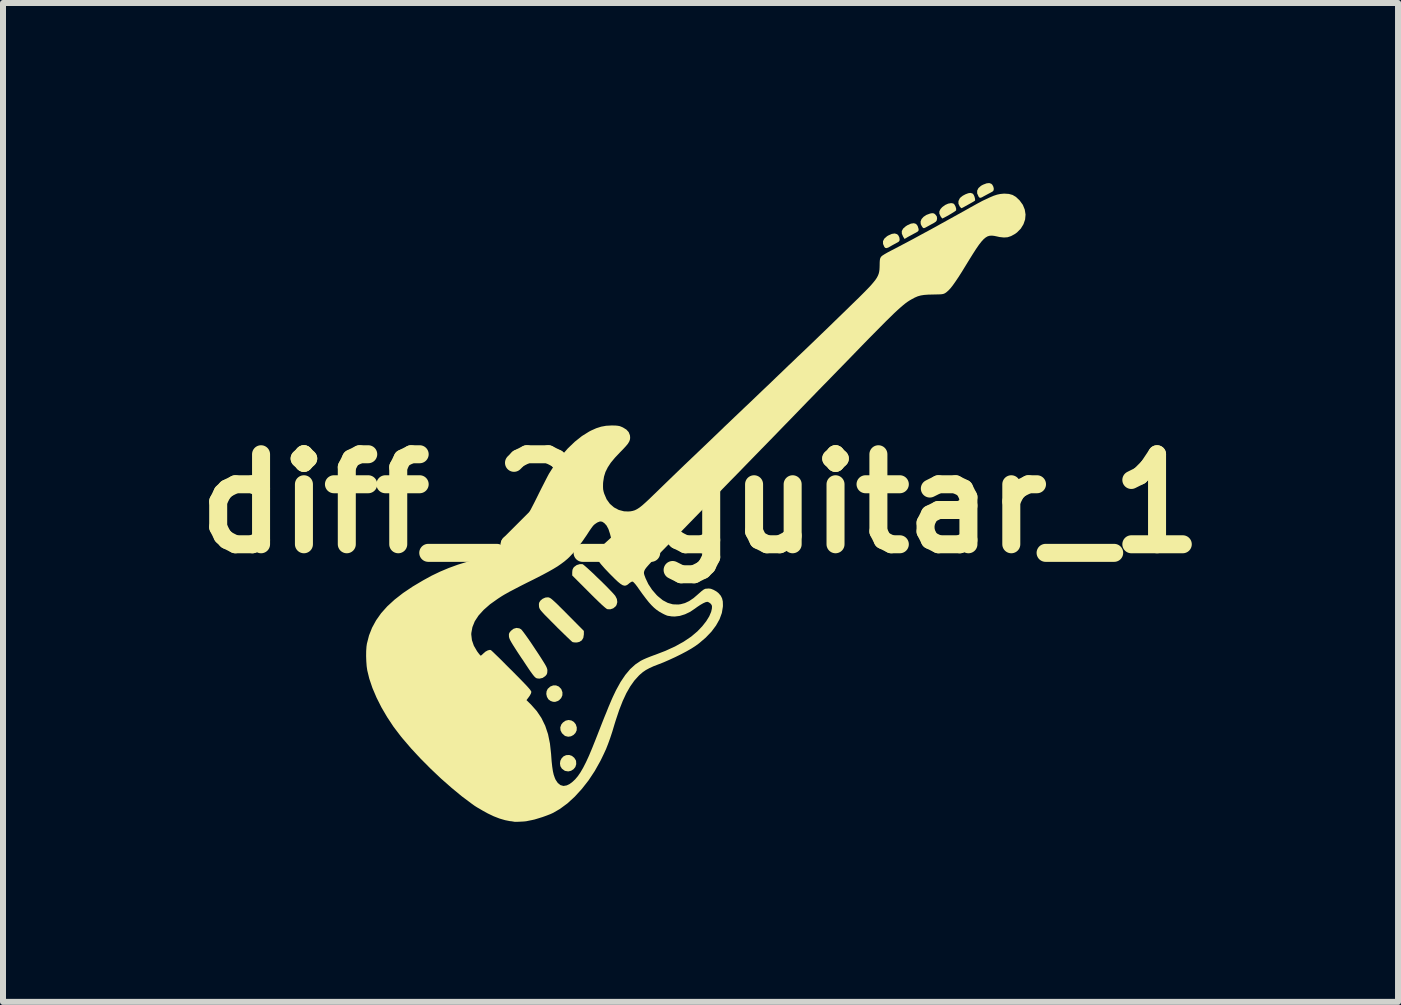
<source format=kicad_pcb>
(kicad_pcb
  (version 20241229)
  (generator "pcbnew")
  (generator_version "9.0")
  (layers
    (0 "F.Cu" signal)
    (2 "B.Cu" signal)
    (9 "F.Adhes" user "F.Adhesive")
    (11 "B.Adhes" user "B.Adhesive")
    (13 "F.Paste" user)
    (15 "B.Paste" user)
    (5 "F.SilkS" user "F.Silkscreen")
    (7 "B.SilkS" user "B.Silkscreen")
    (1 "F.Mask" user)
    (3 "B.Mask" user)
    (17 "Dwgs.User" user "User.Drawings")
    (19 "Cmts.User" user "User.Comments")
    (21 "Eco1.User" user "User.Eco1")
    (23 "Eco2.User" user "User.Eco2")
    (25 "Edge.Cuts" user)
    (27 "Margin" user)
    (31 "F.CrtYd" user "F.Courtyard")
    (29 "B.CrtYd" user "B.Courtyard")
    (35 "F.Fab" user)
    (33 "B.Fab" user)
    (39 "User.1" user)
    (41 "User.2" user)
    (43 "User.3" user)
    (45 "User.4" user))
  (footprint "diff_2_guitar_1"
    (layer "F.Cu")
    (at 8.621 5.34)
    (property "Reference" "diff_2_guitar_1" (at 0 0 0) (layer "F.SilkS") (effects (font (size 1.5 1.5) (thickness 0.3))))
    (attr board_only exclude_from_pos_files exclude_from_bom)
    (fp_poly (pts (xy -2.151 3.614) (xy -2.11 3.638) (xy -2.078 3.678) (xy -2.061 3.73) (xy -2.063 3.779) (xy -2.083 3.822) (xy -2.116 3.856) (xy -2.158 3.878) (xy -2.204 3.885) (xy -2.25 3.874) (xy -2.265 3.866) (xy -2.308 3.826) (xy -2.332 3.779) (xy -2.336 3.73) (xy -2.319 3.681) (xy -2.292 3.648) (xy -2.247 3.617) (xy -2.199 3.606)) (stroke (width 0) (type solid)) (fill yes) (layer "F.SilkS"))
    (fp_poly (pts (xy -2.406 3.03) (xy -2.36 3.049) (xy -2.322 3.088) (xy -2.318 3.095) (xy -2.3 3.144) (xy -2.301 3.195) (xy -2.321 3.241) (xy -2.357 3.278) (xy -2.381 3.291) (xy -2.421 3.304) (xy -2.456 3.303) (xy -2.497 3.289) (xy -2.534 3.262) (xy -2.558 3.221) (xy -2.569 3.173) (xy -2.564 3.126) (xy -2.545 3.087) (xy -2.503 3.049) (xy -2.455 3.03)) (stroke (width 0) (type solid)) (fill yes) (layer "F.SilkS"))
    (fp_poly (pts (xy -2.187 4.189) (xy -2.142 4.204) (xy -2.103 4.236) (xy -2.077 4.277) (xy -2.073 4.29) (xy -2.07 4.342) (xy -2.085 4.389) (xy -2.115 4.426) (xy -2.156 4.452) (xy -2.203 4.463) (xy -2.252 4.455) (xy -2.268 4.448) (xy -2.31 4.416) (xy -2.334 4.376) (xy -2.341 4.331) (xy -2.335 4.286) (xy -2.314 4.245) (xy -2.282 4.212) (xy -2.239 4.192) (xy -2.187 4.189)) (stroke (width 0) (type solid)) (fill yes) (layer "F.SilkS"))
    (fp_poly (pts (xy 3.592 -4.659) (xy 3.618 -4.626) (xy 3.633 -4.578) (xy 3.635 -4.559) (xy 3.631 -4.545) (xy 3.619 -4.532) (xy 3.593 -4.516) (xy 3.555 -4.496) (xy 3.511 -4.472) (xy 3.47 -4.45) (xy 3.44 -4.433) (xy 3.436 -4.43) (xy 3.4 -4.409) (xy 3.376 -4.448) (xy 3.355 -4.496) (xy 3.354 -4.54) (xy 3.376 -4.581) (xy 3.419 -4.619) (xy 3.447 -4.637) (xy 3.506 -4.664) (xy 3.555 -4.671)) (stroke (width 0) (type solid)) (fill yes) (layer "F.SilkS"))
    (fp_poly (pts (xy 3.276 -4.488) (xy 3.295 -4.47) (xy 3.312 -4.438) (xy 3.318 -4.404) (xy 3.316 -4.381) (xy 3.305 -4.365) (xy 3.28 -4.349) (xy 3.264 -4.341) (xy 3.224 -4.319) (xy 3.184 -4.297) (xy 3.171 -4.289) (xy 3.128 -4.265) (xy 3.099 -4.256) (xy 3.078 -4.26) (xy 3.064 -4.275) (xy 3.042 -4.325) (xy 3.041 -4.372) (xy 3.063 -4.414) (xy 3.108 -4.454) (xy 3.128 -4.466) (xy 3.188 -4.493) (xy 3.237 -4.5)) (stroke (width 0) (type solid)) (fill yes) (layer "F.SilkS"))
    (fp_poly (pts (xy 4.845 -5.328) (xy 4.863 -5.311) (xy 4.88 -5.278) (xy 4.887 -5.244) (xy 4.884 -5.221) (xy 4.874 -5.204) (xy 4.849 -5.189) (xy 4.833 -5.18) (xy 4.789 -5.157) (xy 4.741 -5.131) (xy 4.724 -5.122) (xy 4.688 -5.102) (xy 4.664 -5.094) (xy 4.649 -5.097) (xy 4.636 -5.11) (xy 4.632 -5.118) (xy 4.61 -5.167) (xy 4.61 -5.214) (xy 4.632 -5.258) (xy 4.675 -5.295) (xy 4.708 -5.313) (xy 4.766 -5.335) (xy 4.811 -5.34)) (stroke (width 0) (type solid)) (fill yes) (layer "F.SilkS"))
    (fp_poly (pts (xy 4.212 -5) (xy 4.231 -4.983) (xy 4.248 -4.952) (xy 4.259 -4.918) (xy 4.26 -4.889) (xy 4.259 -4.885) (xy 4.248 -4.875) (xy 4.222 -4.857) (xy 4.186 -4.835) (xy 4.144 -4.81) (xy 4.103 -4.787) (xy 4.066 -4.767) (xy 4.04 -4.754) (xy 4.029 -4.75) (xy 4.02 -4.759) (xy 4.004 -4.781) (xy 4 -4.787) (xy 3.98 -4.831) (xy 3.98 -4.869) (xy 3.999 -4.907) (xy 4.028 -4.939) (xy 4.075 -4.974) (xy 4.126 -4.997) (xy 4.176 -5.006)) (stroke (width 0) (type solid)) (fill yes) (layer "F.SilkS"))
    (fp_poly (pts (xy 3.898 -4.829) (xy 3.915 -4.814) (xy 3.937 -4.785) (xy 3.942 -4.753) (xy 3.941 -4.743) (xy 3.936 -4.717) (xy 3.923 -4.698) (xy 3.895 -4.679) (xy 3.887 -4.674) (xy 3.846 -4.652) (xy 3.799 -4.626) (xy 3.777 -4.614) (xy 3.744 -4.596) (xy 3.724 -4.589) (xy 3.712 -4.591) (xy 3.701 -4.601) (xy 3.684 -4.627) (xy 3.67 -4.656) (xy 3.667 -4.698) (xy 3.683 -4.74) (xy 3.716 -4.777) (xy 3.764 -4.809) (xy 3.823 -4.831) (xy 3.844 -4.836) (xy 3.875 -4.838)) (stroke (width 0) (type solid)) (fill yes) (layer "F.SilkS"))
    (fp_poly (pts (xy 4.497 -5.176) (xy 4.526 -5.168) (xy 4.54 -5.16) (xy 4.554 -5.14) (xy 4.566 -5.111) (xy 4.574 -5.079) (xy 4.576 -5.054) (xy 4.572 -5.046) (xy 4.559 -5.037) (xy 4.532 -5.021) (xy 4.495 -5) (xy 4.454 -4.977) (xy 4.414 -4.955) (xy 4.38 -4.936) (xy 4.356 -4.924) (xy 4.348 -4.921) (xy 4.338 -4.929) (xy 4.321 -4.948) (xy 4.319 -4.951) (xy 4.298 -4.995) (xy 4.298 -5.04) (xy 4.319 -5.084) (xy 4.333 -5.1) (xy 4.37 -5.129) (xy 4.415 -5.153) (xy 4.46 -5.17) (xy 4.496 -5.176)) (stroke (width 0) (type solid)) (fill yes) (layer "F.SilkS"))
    (fp_poly (pts (xy -1.967 1.009) (xy -1.952 1.018) (xy -1.924 1.041) (xy -1.885 1.075) (xy -1.837 1.119) (xy -1.783 1.169) (xy -1.726 1.225) (xy -1.666 1.282) (xy -1.608 1.339) (xy -1.553 1.394) (xy -1.504 1.445) (xy -1.463 1.488) (xy -1.433 1.522) (xy -1.419 1.539) (xy -1.393 1.59) (xy -1.386 1.642) (xy -1.399 1.691) (xy -1.414 1.713) (xy -1.454 1.746) (xy -1.503 1.762) (xy -1.551 1.76) (xy -1.569 1.75) (xy -1.6 1.725) (xy -1.645 1.685) (xy -1.703 1.63) (xy -1.776 1.559) (xy -1.861 1.474) (xy -2.137 1.198) (xy -2.137 1.145) (xy -2.133 1.104) (xy -2.119 1.073) (xy -2.105 1.056) (xy -2.063 1.025) (xy -2.01 1.009)) (stroke (width 0) (type solid)) (fill yes) (layer "F.SilkS"))
    (fp_poly (pts (xy -2.534 1.563) (xy -2.52 1.567) (xy -2.505 1.574) (xy -2.487 1.586) (xy -2.463 1.606) (xy -2.433 1.633) (xy -2.393 1.67) (xy -2.344 1.719) (xy -2.281 1.781) (xy -2.206 1.857) (xy -2.196 1.867) (xy -1.943 2.122) (xy -1.943 2.18) (xy -1.952 2.237) (xy -1.977 2.279) (xy -2.018 2.305) (xy -2.057 2.314) (xy -2.094 2.314) (xy -2.124 2.31) (xy -2.131 2.308) (xy -2.144 2.298) (xy -2.171 2.273) (xy -2.21 2.236) (xy -2.259 2.189) (xy -2.315 2.134) (xy -2.378 2.073) (xy -2.419 2.031) (xy -2.492 1.958) (xy -2.549 1.9) (xy -2.595 1.854) (xy -2.628 1.818) (xy -2.653 1.79) (xy -2.67 1.768) (xy -2.68 1.751) (xy -2.686 1.737) (xy -2.689 1.723) (xy -2.691 1.708) (xy -2.692 1.671) (xy -2.685 1.645) (xy -2.668 1.62) (xy -2.666 1.616) (xy -2.629 1.586) (xy -2.584 1.566) (xy -2.54 1.562)) (stroke (width 0) (type solid)) (fill yes) (layer "F.SilkS"))
    (fp_poly (pts (xy -3.018 2.079) (xy -2.989 2.095) (xy -2.975 2.11) (xy -2.949 2.143) (xy -2.915 2.189) (xy -2.873 2.248) (xy -2.826 2.316) (xy -2.776 2.391) (xy -2.753 2.426) (xy -2.697 2.51) (xy -2.653 2.578) (xy -2.619 2.632) (xy -2.593 2.674) (xy -2.575 2.706) (xy -2.563 2.731) (xy -2.556 2.75) (xy -2.552 2.766) (xy -2.551 2.782) (xy -2.551 2.786) (xy -2.554 2.824) (xy -2.565 2.851) (xy -2.586 2.875) (xy -2.63 2.905) (xy -2.683 2.917) (xy -2.722 2.913) (xy -2.734 2.909) (xy -2.747 2.901) (xy -2.761 2.889) (xy -2.778 2.87) (xy -2.8 2.842) (xy -2.828 2.804) (xy -2.863 2.753) (xy -2.907 2.687) (xy -2.961 2.605) (xy -2.986 2.569) (xy -3.043 2.483) (xy -3.088 2.413) (xy -3.123 2.358) (xy -3.149 2.315) (xy -3.168 2.281) (xy -3.18 2.256) (xy -3.187 2.235) (xy -3.191 2.218) (xy -3.191 2.215) (xy -3.192 2.18) (xy -3.186 2.156) (xy -3.167 2.131) (xy -3.158 2.12) (xy -3.114 2.086) (xy -3.066 2.072)) (stroke (width 0) (type solid)) (fill yes) (layer "F.SilkS"))
    (fp_poly (pts (xy 5.138 -5.159) (xy 5.2 -5.142) (xy 5.256 -5.109) (xy 5.311 -5.057) (xy 5.317 -5.051) (xy 5.371 -4.977) (xy 5.403 -4.898) (xy 5.416 -4.816) (xy 5.409 -4.734) (xy 5.382 -4.655) (xy 5.337 -4.581) (xy 5.274 -4.517) (xy 5.233 -4.488) (xy 5.174 -4.456) (xy 5.116 -4.437) (xy 5.055 -4.433) (xy 4.982 -4.441) (xy 4.937 -4.451) (xy 4.893 -4.46) (xy 4.855 -4.464) (xy 4.819 -4.462) (xy 4.786 -4.453) (xy 4.753 -4.434) (xy 4.719 -4.406) (xy 4.682 -4.366) (xy 4.64 -4.312) (xy 4.593 -4.244) (xy 4.539 -4.16) (xy 4.476 -4.059) (xy 4.427 -3.979) (xy 4.358 -3.866) (xy 4.298 -3.772) (xy 4.246 -3.695) (xy 4.202 -3.633) (xy 4.164 -3.585) (xy 4.13 -3.549) (xy 4.1 -3.523) (xy 4.095 -3.519) (xy 4.076 -3.506) (xy 4.058 -3.497) (xy 4.038 -3.491) (xy 4.011 -3.487) (xy 3.972 -3.485) (xy 3.918 -3.484) (xy 3.879 -3.483) (xy 3.794 -3.481) (xy 3.726 -3.476) (xy 3.67 -3.467) (xy 3.62 -3.453) (xy 3.571 -3.432) (xy 3.517 -3.403) (xy 3.508 -3.398) (xy 3.478 -3.38) (xy 3.446 -3.359) (xy 3.412 -3.334) (xy 3.374 -3.303) (xy 3.332 -3.267) (xy 3.283 -3.223) (xy 3.228 -3.172) (xy 3.165 -3.11) (xy 3.092 -3.039) (xy 3.01 -2.956) (xy 2.916 -2.861) (xy 2.809 -2.753) (xy 2.689 -2.63) (xy 2.563 -2.5) (xy 2.506 -2.441) (xy 2.437 -2.37) (xy 2.362 -2.293) (xy 2.285 -2.214) (xy 2.211 -2.138) (xy 2.171 -2.097) (xy 2.114 -2.038) (xy 2.044 -1.967) (xy 1.964 -1.885) (xy 1.879 -1.797) (xy 1.789 -1.705) (xy 1.699 -1.612) (xy 1.612 -1.522) (xy 1.58 -1.489) (xy 1.494 -1.4) (xy 1.404 -1.308) (xy 1.314 -1.215) (xy 1.225 -1.123) (xy 1.142 -1.038) (xy 1.067 -0.961) (xy 1.003 -0.896) (xy 0.983 -0.875) (xy 0.86 -0.749) (xy 0.751 -0.637) (xy 0.656 -0.539) (xy 0.572 -0.453) (xy 0.499 -0.379) (xy 0.436 -0.314) (xy 0.38 -0.257) (xy 0.332 -0.207) (xy 0.289 -0.162) (xy 0.25 -0.122) (xy 0.213 -0.085) (xy 0.179 -0.049) (xy 0.145 -0.014) (xy 0.137 -0.005) (xy 0.029 0.106) (xy -0.095 0.233) (xy -0.233 0.375) (xy -0.386 0.532) (xy -0.553 0.702) (xy -0.691 0.843) (xy -0.763 0.917) (xy -0.822 0.977) (xy -0.867 1.026) (xy -0.9 1.064) (xy -0.923 1.095) (xy -0.936 1.122) (xy -0.942 1.145) (xy -0.941 1.169) (xy -0.934 1.194) (xy -0.923 1.224) (xy -0.915 1.245) (xy -0.869 1.342) (xy -0.806 1.437) (xy -0.73 1.525) (xy -0.71 1.544) (xy -0.628 1.611) (xy -0.545 1.655) (xy -0.46 1.679) (xy -0.371 1.682) (xy -0.33 1.677) (xy -0.259 1.658) (xy -0.189 1.625) (xy -0.115 1.575) (xy -0.035 1.506) (xy -0.033 1.504) (xy 0.016 1.461) (xy 0.053 1.433) (xy 0.08 1.42) (xy 0.088 1.419) (xy 0.118 1.417) (xy 0.136 1.415) (xy 0.174 1.42) (xy 0.219 1.438) (xy 0.265 1.464) (xy 0.302 1.494) (xy 0.338 1.536) (xy 0.36 1.58) (xy 0.372 1.631) (xy 0.374 1.696) (xy 0.373 1.72) (xy 0.356 1.823) (xy 0.318 1.927) (xy 0.259 2.032) (xy 0.182 2.135) (xy 0.086 2.235) (xy -0.027 2.331) (xy -0.086 2.374) (xy -0.15 2.415) (xy -0.23 2.461) (xy -0.321 2.509) (xy -0.42 2.558) (xy -0.52 2.604) (xy -0.616 2.646) (xy -0.693 2.676) (xy -0.781 2.71) (xy -0.851 2.742) (xy -0.91 2.774) (xy -0.96 2.808) (xy -1.007 2.848) (xy -1.029 2.869) (xy -1.102 2.95) (xy -1.17 3.046) (xy -1.235 3.159) (xy -1.296 3.29) (xy -1.355 3.441) (xy -1.412 3.612) (xy -1.432 3.676) (xy -1.469 3.8) (xy -1.504 3.906) (xy -1.538 4) (xy -1.572 4.087) (xy -1.611 4.172) (xy -1.654 4.261) (xy -1.668 4.289) (xy -1.761 4.455) (xy -1.864 4.611) (xy -1.976 4.754) (xy -2.094 4.883) (xy -2.216 4.995) (xy -2.342 5.088) (xy -2.454 5.153) (xy -2.5 5.174) (xy -2.562 5.198) (xy -2.631 5.223) (xy -2.702 5.245) (xy -2.765 5.264) (xy -2.81 5.274) (xy -2.85 5.282) (xy -2.885 5.289) (xy -2.898 5.292) (xy -2.921 5.295) (xy -2.957 5.298) (xy -2.998 5.3) (xy -3.041 5.302) (xy -3.076 5.303) (xy -3.1 5.302) (xy -3.105 5.301) (xy -3.117 5.299) (xy -3.145 5.294) (xy -3.176 5.291) (xy -3.256 5.275) (xy -3.348 5.248) (xy -3.446 5.21) (xy -3.544 5.163) (xy -3.631 5.115) (xy -3.668 5.093) (xy -3.699 5.075) (xy -3.717 5.065) (xy -3.717 5.065) (xy -3.733 5.055) (xy -3.763 5.036) (xy -3.799 5.01) (xy -3.809 5.003) (xy -3.976 4.878) (xy -4.149 4.735) (xy -4.324 4.581) (xy -4.497 4.417) (xy -4.665 4.248) (xy -4.822 4.079) (xy -4.965 3.912) (xy -4.997 3.873) (xy -5.114 3.719) (xy -5.22 3.559) (xy -5.316 3.395) (xy -5.398 3.232) (xy -5.466 3.072) (xy -5.518 2.918) (xy -5.552 2.779) (xy -5.562 2.709) (xy -5.568 2.627) (xy -5.571 2.541) (xy -5.57 2.458) (xy -5.565 2.384) (xy -5.558 2.335) (xy -5.523 2.199) (xy -5.517 2.183) (xy -3.819 2.183) (xy -3.808 2.276) (xy -3.776 2.369) (xy -3.724 2.458) (xy -3.723 2.46) (xy -3.697 2.495) (xy -3.676 2.521) (xy -3.663 2.534) (xy -3.661 2.534) (xy -3.649 2.527) (xy -3.628 2.508) (xy -3.619 2.499) (xy -3.582 2.467) (xy -3.543 2.446) (xy -3.509 2.438) (xy -3.492 2.442) (xy -3.479 2.453) (xy -3.453 2.477) (xy -3.415 2.514) (xy -3.365 2.562) (xy -3.307 2.619) (xy -3.243 2.684) (xy -3.173 2.754) (xy -3.145 2.781) (xy -3.061 2.866) (xy -2.992 2.936) (xy -2.936 2.994) (xy -2.893 3.039) (xy -2.861 3.075) (xy -2.839 3.101) (xy -2.826 3.121) (xy -2.819 3.134) (xy -2.818 3.139) (xy -2.825 3.165) (xy -2.843 3.199) (xy -2.859 3.222) (xy -2.899 3.275) (xy -2.823 3.35) (xy -2.728 3.457) (xy -2.65 3.573) (xy -2.587 3.702) (xy -2.54 3.843) (xy -2.508 3.999) (xy -2.489 4.172) (xy -2.488 4.188) (xy -2.48 4.296) (xy -2.47 4.386) (xy -2.459 4.459) (xy -2.445 4.52) (xy -2.427 4.571) (xy -2.414 4.601) (xy -2.377 4.656) (xy -2.333 4.691) (xy -2.283 4.705) (xy -2.229 4.696) (xy -2.181 4.673) (xy -2.134 4.638) (xy -2.088 4.595) (xy -2.044 4.543) (xy -2 4.479) (xy -1.955 4.402) (xy -1.908 4.31) (xy -1.858 4.202) (xy -1.805 4.075) (xy -1.75 3.938) (xy -1.694 3.795) (xy -1.646 3.672) (xy -1.604 3.566) (xy -1.567 3.476) (xy -1.536 3.398) (xy -1.508 3.332) (xy -1.484 3.275) (xy -1.462 3.225) (xy -1.441 3.181) (xy -1.421 3.139) (xy -1.407 3.11) (xy -1.331 2.972) (xy -1.253 2.856) (xy -1.172 2.759) (xy -1.086 2.681) (xy -0.994 2.619) (xy -0.991 2.618) (xy -0.954 2.599) (xy -0.902 2.576) (xy -0.84 2.551) (xy -0.776 2.527) (xy -0.758 2.521) (xy -0.584 2.454) (xy -0.424 2.381) (xy -0.28 2.301) (xy -0.155 2.217) (xy -0.051 2.129) (xy -0.051 2.129) (xy 0.03 2.044) (xy 0.096 1.96) (xy 0.146 1.879) (xy 0.178 1.803) (xy 0.19 1.75) (xy 0.192 1.715) (xy 0.187 1.692) (xy 0.172 1.671) (xy 0.167 1.666) (xy 0.14 1.646) (xy 0.115 1.637) (xy 0.112 1.637) (xy 0.085 1.643) (xy 0.045 1.661) (xy -0.002 1.688) (xy -0.052 1.721) (xy -0.092 1.75) (xy -0.172 1.804) (xy -0.258 1.845) (xy -0.345 1.872) (xy -0.428 1.882) (xy -0.482 1.88) (xy -0.516 1.874) (xy -0.539 1.871) (xy -0.546 1.87) (xy -0.569 1.862) (xy -0.605 1.846) (xy -0.647 1.824) (xy -0.687 1.801) (xy -0.69 1.799) (xy -0.732 1.77) (xy -0.773 1.736) (xy -0.816 1.694) (xy -0.861 1.644) (xy -0.911 1.581) (xy -0.969 1.504) (xy -1.035 1.411) (xy -1.051 1.388) (xy -1.079 1.351) (xy -1.105 1.321) (xy -1.124 1.303) (xy -1.128 1.3) (xy -1.152 1.304) (xy -1.187 1.328) (xy -1.194 1.335) (xy -1.22 1.355) (xy -1.244 1.366) (xy -1.27 1.368) (xy -1.299 1.359) (xy -1.334 1.337) (xy -1.377 1.302) (xy -1.43 1.252) (xy -1.495 1.187) (xy -1.51 1.172) (xy -1.593 1.085) (xy -1.658 1.011) (xy -1.705 0.95) (xy -1.734 0.903) (xy -1.744 0.876) (xy -1.746 0.85) (xy -1.74 0.824) (xy -1.723 0.795) (xy -1.694 0.76) (xy -1.65 0.715) (xy -1.604 0.672) (xy -1.491 0.568) (xy -1.508 0.503) (xy -1.534 0.424) (xy -1.566 0.365) (xy -1.603 0.325) (xy -1.639 0.302) (xy -1.674 0.298) (xy -1.714 0.313) (xy -1.734 0.325) (xy -1.754 0.339) (xy -1.771 0.352) (xy -1.786 0.367) (xy -1.803 0.388) (xy -1.824 0.417) (xy -1.852 0.458) (xy -1.889 0.515) (xy -1.894 0.523) (xy -1.97 0.633) (xy -2.045 0.733) (xy -2.118 0.821) (xy -2.185 0.892) (xy -2.218 0.923) (xy -2.268 0.965) (xy -2.322 1.005) (xy -2.381 1.046) (xy -2.45 1.088) (xy -2.531 1.134) (xy -2.626 1.185) (xy -2.737 1.242) (xy -2.784 1.266) (xy -2.895 1.321) (xy -2.988 1.368) (xy -3.065 1.408) (xy -3.13 1.442) (xy -3.184 1.47) (xy -3.23 1.496) (xy -3.271 1.519) (xy -3.309 1.542) (xy -3.346 1.566) (xy -3.375 1.585) (xy -3.506 1.678) (xy -3.613 1.772) (xy -3.698 1.866) (xy -3.761 1.962) (xy -3.8 2.059) (xy -3.818 2.156) (xy -3.819 2.183) (xy -5.517 2.183) (xy -5.472 2.069) (xy -5.405 1.946) (xy -5.321 1.827) (xy -5.219 1.713) (xy -5.097 1.601) (xy -4.956 1.491) (xy -4.794 1.382) (xy -4.622 1.28) (xy -4.478 1.201) (xy -4.336 1.133) (xy -4.193 1.073) (xy -4.042 1.018) (xy -3.877 0.967) (xy -3.773 0.938) (xy -3.655 0.903) (xy -3.548 0.866) (xy -3.452 0.824) (xy -3.364 0.776) (xy -3.283 0.72) (xy -3.207 0.655) (xy -3.134 0.579) (xy -3.063 0.491) (xy -2.993 0.388) (xy -2.92 0.269) (xy -2.845 0.132) (xy -2.765 -0.023) (xy -2.731 -0.091) (xy -2.689 -0.176) (xy -2.648 -0.258) (xy -2.609 -0.334) (xy -2.575 -0.401) (xy -2.547 -0.455) (xy -2.526 -0.494) (xy -2.519 -0.506) (xy -2.424 -0.655) (xy -2.32 -0.794) (xy -2.209 -0.92) (xy -2.093 -1.031) (xy -1.975 -1.125) (xy -1.856 -1.199) (xy -1.826 -1.215) (xy -1.737 -1.255) (xy -1.655 -1.281) (xy -1.573 -1.296) (xy -1.483 -1.301) (xy -1.472 -1.301) (xy -1.416 -1.3) (xy -1.377 -1.296) (xy -1.345 -1.29) (xy -1.315 -1.278) (xy -1.292 -1.268) (xy -1.234 -1.232) (xy -1.196 -1.19) (xy -1.176 -1.139) (xy -1.174 -1.126) (xy -1.172 -1.093) (xy -1.176 -1.063) (xy -1.188 -1.032) (xy -1.209 -0.997) (xy -1.243 -0.956) (xy -1.29 -0.905) (xy -1.339 -0.855) (xy -1.425 -0.764) (xy -1.494 -0.681) (xy -1.545 -0.603) (xy -1.583 -0.527) (xy -1.607 -0.45) (xy -1.62 -0.368) (xy -1.623 -0.339) (xy -1.624 -0.281) (xy -1.622 -0.237) (xy -1.613 -0.194) (xy -1.603 -0.162) (xy -1.564 -0.071) (xy -1.509 0.005) (xy -1.441 0.064) (xy -1.362 0.106) (xy -1.275 0.129) (xy -1.204 0.132) (xy -1.164 0.129) (xy -1.128 0.122) (xy -1.093 0.111) (xy -1.057 0.093) (xy -1.018 0.068) (xy -0.972 0.032) (xy -0.919 -0.015) (xy -0.855 -0.074) (xy -0.778 -0.149) (xy -0.761 -0.165) (xy -0.622 -0.3) (xy -0.495 -0.423) (xy -0.379 -0.535) (xy -0.269 -0.641) (xy -0.163 -0.742) (xy -0.16 -0.745) (xy -0.084 -0.817) (xy 0.008 -0.905) (xy 0.116 -1.008) (xy 0.24 -1.127) (xy 0.38 -1.261) (xy 0.386 -1.268) (xy 0.44 -1.319) (xy 0.505 -1.381) (xy 0.577 -1.45) (xy 0.652 -1.521) (xy 0.725 -1.591) (xy 0.761 -1.625) (xy 0.831 -1.691) (xy 0.904 -1.761) (xy 0.977 -1.831) (xy 1.045 -1.896) (xy 1.104 -1.952) (xy 1.131 -1.977) (xy 1.257 -2.099) (xy 1.368 -2.205) (xy 1.464 -2.298) (xy 1.549 -2.378) (xy 1.621 -2.448) (xy 1.647 -2.472) (xy 1.708 -2.53) (xy 1.775 -2.594) (xy 1.848 -2.664) (xy 1.93 -2.743) (xy 2.022 -2.832) (xy 2.126 -2.932) (xy 2.242 -3.045) (xy 2.373 -3.172) (xy 2.437 -3.234) (xy 2.544 -3.339) (xy 2.637 -3.429) (xy 2.715 -3.507) (xy 2.781 -3.574) (xy 2.835 -3.631) (xy 2.878 -3.681) (xy 2.912 -3.723) (xy 2.938 -3.762) (xy 2.956 -3.796) (xy 2.969 -3.829) (xy 2.977 -3.862) (xy 2.982 -3.896) (xy 2.984 -3.933) (xy 2.985 -3.965) (xy 2.986 -4.021) (xy 2.989 -4.06) (xy 2.995 -4.087) (xy 3.005 -4.106) (xy 3.009 -4.112) (xy 3.027 -4.129) (xy 3.064 -4.153) (xy 3.116 -4.183) (xy 3.18 -4.217) (xy 3.212 -4.233) (xy 3.305 -4.282) (xy 3.417 -4.341) (xy 3.547 -4.41) (xy 3.692 -4.489) (xy 3.853 -4.576) (xy 4.028 -4.673) (xy 4.216 -4.777) (xy 4.416 -4.888) (xy 4.49 -4.93) (xy 4.557 -4.967) (xy 4.607 -4.995) (xy 4.647 -5.016) (xy 4.678 -5.033) (xy 4.707 -5.048) (xy 4.733 -5.06) (xy 4.816 -5.099) (xy 4.884 -5.128) (xy 4.942 -5.147) (xy 4.995 -5.158) (xy 5.046 -5.163) (xy 5.063 -5.164)) (stroke (width 0) (type solid)) (fill yes) (layer "F.SilkS")))
  (gr_rect
    (start -3 -3)
    (end 20.243 13.643)
    (stroke (width 0.1) (type default))
    (fill no)
    (layer "Edge.Cuts")))
</source>
